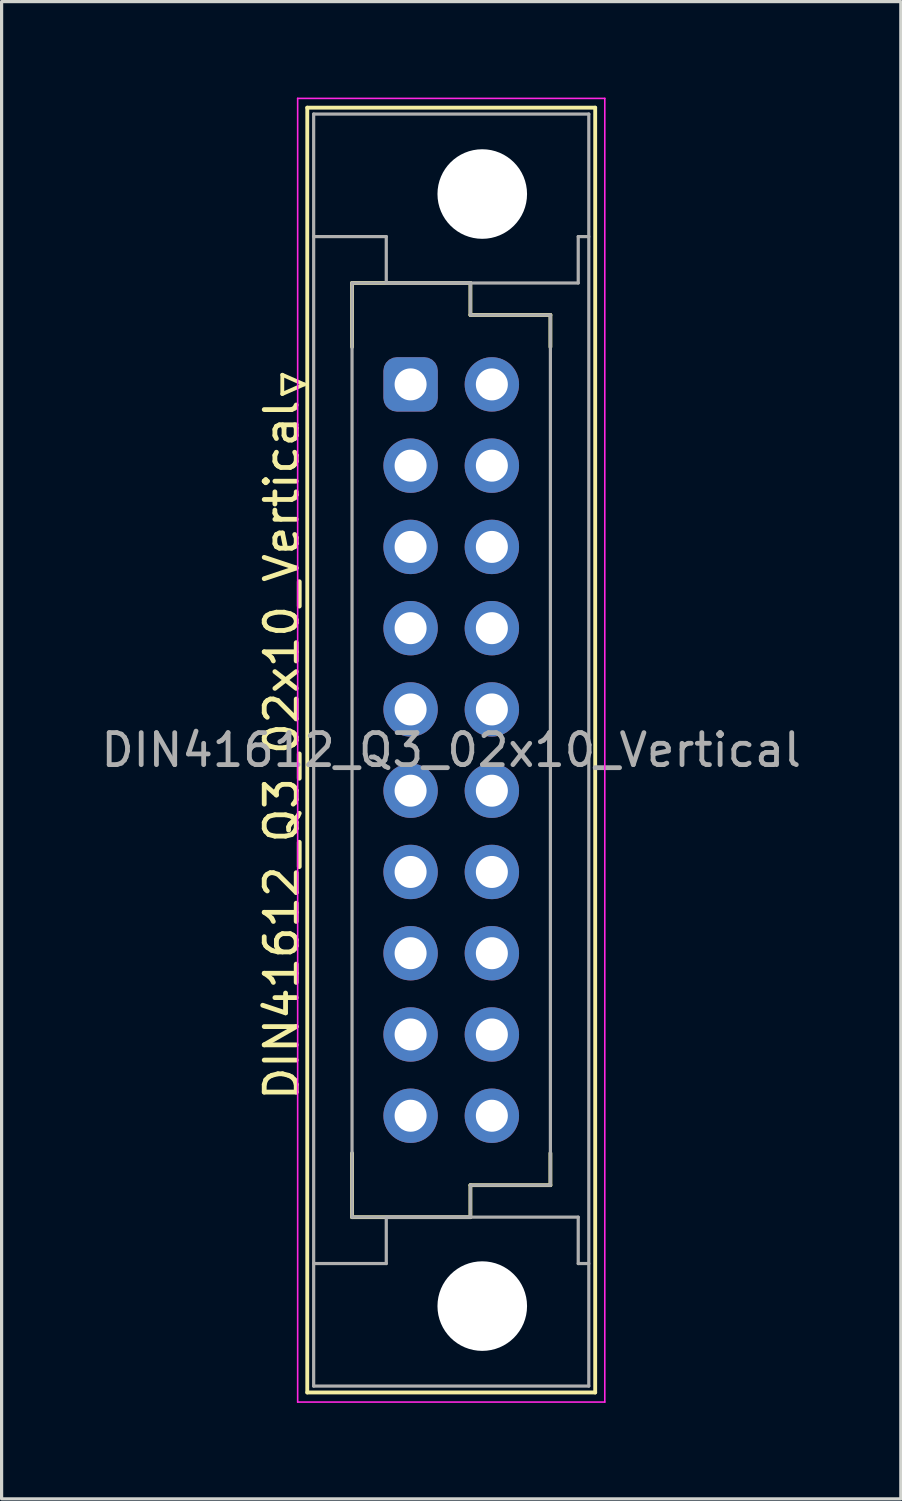
<source format=kicad_pcb>
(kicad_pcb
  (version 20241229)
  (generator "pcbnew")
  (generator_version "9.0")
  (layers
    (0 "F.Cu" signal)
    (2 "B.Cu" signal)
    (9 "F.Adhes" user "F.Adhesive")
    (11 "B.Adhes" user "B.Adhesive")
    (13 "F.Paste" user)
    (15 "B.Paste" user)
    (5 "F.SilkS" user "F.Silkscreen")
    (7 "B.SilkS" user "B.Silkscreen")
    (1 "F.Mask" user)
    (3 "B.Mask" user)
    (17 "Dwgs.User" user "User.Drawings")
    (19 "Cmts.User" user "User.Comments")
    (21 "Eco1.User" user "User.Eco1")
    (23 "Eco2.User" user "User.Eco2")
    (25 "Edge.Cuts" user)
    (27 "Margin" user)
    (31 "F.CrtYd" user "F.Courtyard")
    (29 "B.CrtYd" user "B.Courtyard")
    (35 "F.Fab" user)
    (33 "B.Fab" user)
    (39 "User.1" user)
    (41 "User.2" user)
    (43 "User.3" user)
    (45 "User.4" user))
  (footprint "DIN41612_Q3_02x10_Vertical"
    (layer "F.Cu")
    (at 9.784 8.965)
    (property "Reference" "DIN41612_Q3_02x10_Vertical" (at -4.03 11.43 90) (layer "F.SilkS") (effects (font (size 1 1) (thickness 0.15))))
    (attr through_hole)
    (fp_line (start -4.01 -0.3) (end -4.01 0.3) (stroke (width 0.12) (type solid)) (layer "F.SilkS"))
    (fp_line (start -4.01 0.3) (end -3.33 0) (stroke (width 0.12) (type solid)) (layer "F.SilkS"))
    (fp_line (start -3.33 0) (end -4.01 -0.3) (stroke (width 0.12) (type solid)) (layer "F.SilkS"))
    (fp_line (start -3.23 -8.65) (end 5.77 -8.65) (stroke (width 0.12) (type solid)) (layer "F.SilkS"))
    (fp_line (start -3.23 31.51) (end -3.23 -8.65) (stroke (width 0.12) (type solid)) (layer "F.SilkS"))
    (fp_line (start -1.83 -3.17) (end 1.87 -3.17) (stroke (width 0.12) (type solid)) (layer "F.SilkS"))
    (fp_line (start -1.83 -1.17) (end -1.83 -3.17) (stroke (width 0.12) (type solid)) (layer "F.SilkS"))
    (fp_line (start -1.83 24.03) (end -1.83 26.03) (stroke (width 0.12) (type solid)) (layer "F.SilkS"))
    (fp_line (start -1.83 26.03) (end 1.87 26.03) (stroke (width 0.12) (type solid)) (layer "F.SilkS"))
    (fp_line (start 1.87 -3.17) (end 1.87 -2.17) (stroke (width 0.12) (type solid)) (layer "F.SilkS"))
    (fp_line (start 1.87 -2.17) (end 4.37 -2.17) (stroke (width 0.12) (type solid)) (layer "F.SilkS"))
    (fp_line (start 1.87 25.03) (end 4.37 25.03) (stroke (width 0.12) (type solid)) (layer "F.SilkS"))
    (fp_line (start 1.87 26.03) (end 1.87 25.03) (stroke (width 0.12) (type solid)) (layer "F.SilkS"))
    (fp_line (start 4.37 -2.17) (end 4.37 -1.17) (stroke (width 0.12) (type solid)) (layer "F.SilkS"))
    (fp_line (start 4.37 25.03) (end 4.37 24.03) (stroke (width 0.12) (type solid)) (layer "F.SilkS"))
    (fp_line (start 5.77 -8.65) (end 5.77 31.51) (stroke (width 0.12) (type solid)) (layer "F.SilkS"))
    (fp_line (start 5.77 31.51) (end -3.23 31.51) (stroke (width 0.12) (type solid)) (layer "F.SilkS"))
    (fp_line (start -3.53 -8.94) (end 6.07 -8.94) (stroke (width 0.05) (type solid)) (layer "F.CrtYd"))
    (fp_line (start -3.53 31.81) (end -3.53 -8.94) (stroke (width 0.05) (type solid)) (layer "F.CrtYd"))
    (fp_line (start 6.07 -8.94) (end 6.07 31.81) (stroke (width 0.05) (type solid)) (layer "F.CrtYd"))
    (fp_line (start 6.07 31.81) (end -3.53 31.81) (stroke (width 0.05) (type solid)) (layer "F.CrtYd"))
    (fp_line (start -3.03 -8.45) (end 5.57 -8.45) (stroke (width 0.1) (type solid)) (layer "F.Fab"))
    (fp_line (start -3.03 -4.62) (end -0.76 -4.62) (stroke (width 0.1) (type solid)) (layer "F.Fab"))
    (fp_line (start -3.03 27.48) (end -0.76 27.48) (stroke (width 0.1) (type solid)) (layer "F.Fab"))
    (fp_line (start -3.03 31.31) (end -3.03 -8.45) (stroke (width 0.1) (type solid)) (layer "F.Fab"))
    (fp_line (start -1.83 -3.17) (end 1.87 -3.17) (stroke (width 0.1) (type solid)) (layer "F.Fab"))
    (fp_line (start -1.83 26.03) (end -1.83 -3.17) (stroke (width 0.1) (type solid)) (layer "F.Fab"))
    (fp_line (start -0.76 -4.62) (end -0.76 -3.17) (stroke (width 0.1) (type solid)) (layer "F.Fab"))
    (fp_line (start -0.76 -3.17) (end 5.24 -3.17) (stroke (width 0.1) (type solid)) (layer "F.Fab"))
    (fp_line (start -0.76 26.03) (end 5.24 26.03) (stroke (width 0.1) (type solid)) (layer "F.Fab"))
    (fp_line (start -0.76 27.48) (end -0.76 26.03) (stroke (width 0.1) (type solid)) (layer "F.Fab"))
    (fp_line (start 1.87 -3.17) (end 1.87 -2.17) (stroke (width 0.1) (type solid)) (layer "F.Fab"))
    (fp_line (start 1.87 -2.17) (end 4.37 -2.17) (stroke (width 0.1) (type solid)) (layer "F.Fab"))
    (fp_line (start 1.87 25.03) (end 1.87 26.03) (stroke (width 0.1) (type solid)) (layer "F.Fab"))
    (fp_line (start 1.87 26.03) (end -1.83 26.03) (stroke (width 0.1) (type solid)) (layer "F.Fab"))
    (fp_line (start 4.37 -2.17) (end 4.37 25.03) (stroke (width 0.1) (type solid)) (layer "F.Fab"))
    (fp_line (start 4.37 25.03) (end 1.87 25.03) (stroke (width 0.1) (type solid)) (layer "F.Fab"))
    (fp_line (start 5.24 -4.62) (end 5.57 -4.62) (stroke (width 0.1) (type solid)) (layer "F.Fab"))
    (fp_line (start 5.24 -3.17) (end 5.24 -4.62) (stroke (width 0.1) (type solid)) (layer "F.Fab"))
    (fp_line (start 5.24 26.03) (end 5.24 27.48) (stroke (width 0.1) (type solid)) (layer "F.Fab"))
    (fp_line (start 5.24 27.48) (end 5.57 27.48) (stroke (width 0.1) (type solid)) (layer "F.Fab"))
    (fp_line (start 5.57 -8.45) (end 5.57 31.31) (stroke (width 0.1) (type solid)) (layer "F.Fab"))
    (fp_line (start 5.57 31.31) (end -3.03 31.31) (stroke (width 0.1) (type solid)) (layer "F.Fab"))
    (fp_text user "${REFERENCE}" (at 1.27 11.43 0) (layer "F.Fab") (effects (font (size 1 1) (thickness 0.15))))
    (pad "" np_thru_hole circle (at 2.24 -5.95) (size 2.8 2.8) (drill 2.8) (layers "*.Cu" "*.Mask"))
    (pad "" np_thru_hole circle (at 2.24 28.81) (size 2.8 2.8) (drill 2.8) (layers "*.Cu" "*.Mask"))
    (pad "a1" thru_hole roundrect (at 0 0) (size 1.7 1.7) (drill 1) (layers "*.Cu" "*.Mask") (roundrect_rratio 0.25))
    (pad "a2" thru_hole circle (at 0 2.54) (size 1.7 1.7) (drill 1) (layers "*.Cu" "*.Mask"))
    (pad "a3" thru_hole circle (at 0 5.08) (size 1.7 1.7) (drill 1) (layers "*.Cu" "*.Mask"))
    (pad "a4" thru_hole circle (at 0 7.62) (size 1.7 1.7) (drill 1) (layers "*.Cu" "*.Mask"))
    (pad "a5" thru_hole circle (at 0 10.16) (size 1.7 1.7) (drill 1) (layers "*.Cu" "*.Mask"))
    (pad "a6" thru_hole circle (at 0 12.7) (size 1.7 1.7) (drill 1) (layers "*.Cu" "*.Mask"))
    (pad "a7" thru_hole circle (at 0 15.24) (size 1.7 1.7) (drill 1) (layers "*.Cu" "*.Mask"))
    (pad "a8" thru_hole circle (at 0 17.78) (size 1.7 1.7) (drill 1) (layers "*.Cu" "*.Mask"))
    (pad "a9" thru_hole circle (at 0 20.32) (size 1.7 1.7) (drill 1) (layers "*.Cu" "*.Mask"))
    (pad "a10" thru_hole circle (at 0 22.86) (size 1.7 1.7) (drill 1) (layers "*.Cu" "*.Mask"))
    (pad "b1" thru_hole circle (at 2.54 0) (size 1.7 1.7) (drill 1) (layers "*.Cu" "*.Mask"))
    (pad "b2" thru_hole circle (at 2.54 2.54) (size 1.7 1.7) (drill 1) (layers "*.Cu" "*.Mask"))
    (pad "b3" thru_hole circle (at 2.54 5.08) (size 1.7 1.7) (drill 1) (layers "*.Cu" "*.Mask"))
    (pad "b4" thru_hole circle (at 2.54 7.62) (size 1.7 1.7) (drill 1) (layers "*.Cu" "*.Mask"))
    (pad "b5" thru_hole circle (at 2.54 10.16) (size 1.7 1.7) (drill 1) (layers "*.Cu" "*.Mask"))
    (pad "b6" thru_hole circle (at 2.54 12.7) (size 1.7 1.7) (drill 1) (layers "*.Cu" "*.Mask"))
    (pad "b7" thru_hole circle (at 2.54 15.24) (size 1.7 1.7) (drill 1) (layers "*.Cu" "*.Mask"))
    (pad "b8" thru_hole circle (at 2.54 17.78) (size 1.7 1.7) (drill 1) (layers "*.Cu" "*.Mask"))
    (pad "b9" thru_hole circle (at 2.54 20.32) (size 1.7 1.7) (drill 1) (layers "*.Cu" "*.Mask"))
    (pad "b10" thru_hole circle (at 2.54 22.86) (size 1.7 1.7) (drill 1) (layers "*.Cu" "*.Mask")))
  (gr_rect
    (start -3 -3)
    (end 25.107 43.8)
    (stroke (width 0.1) (type default))
    (fill no)
    (layer "Edge.Cuts")))
</source>
